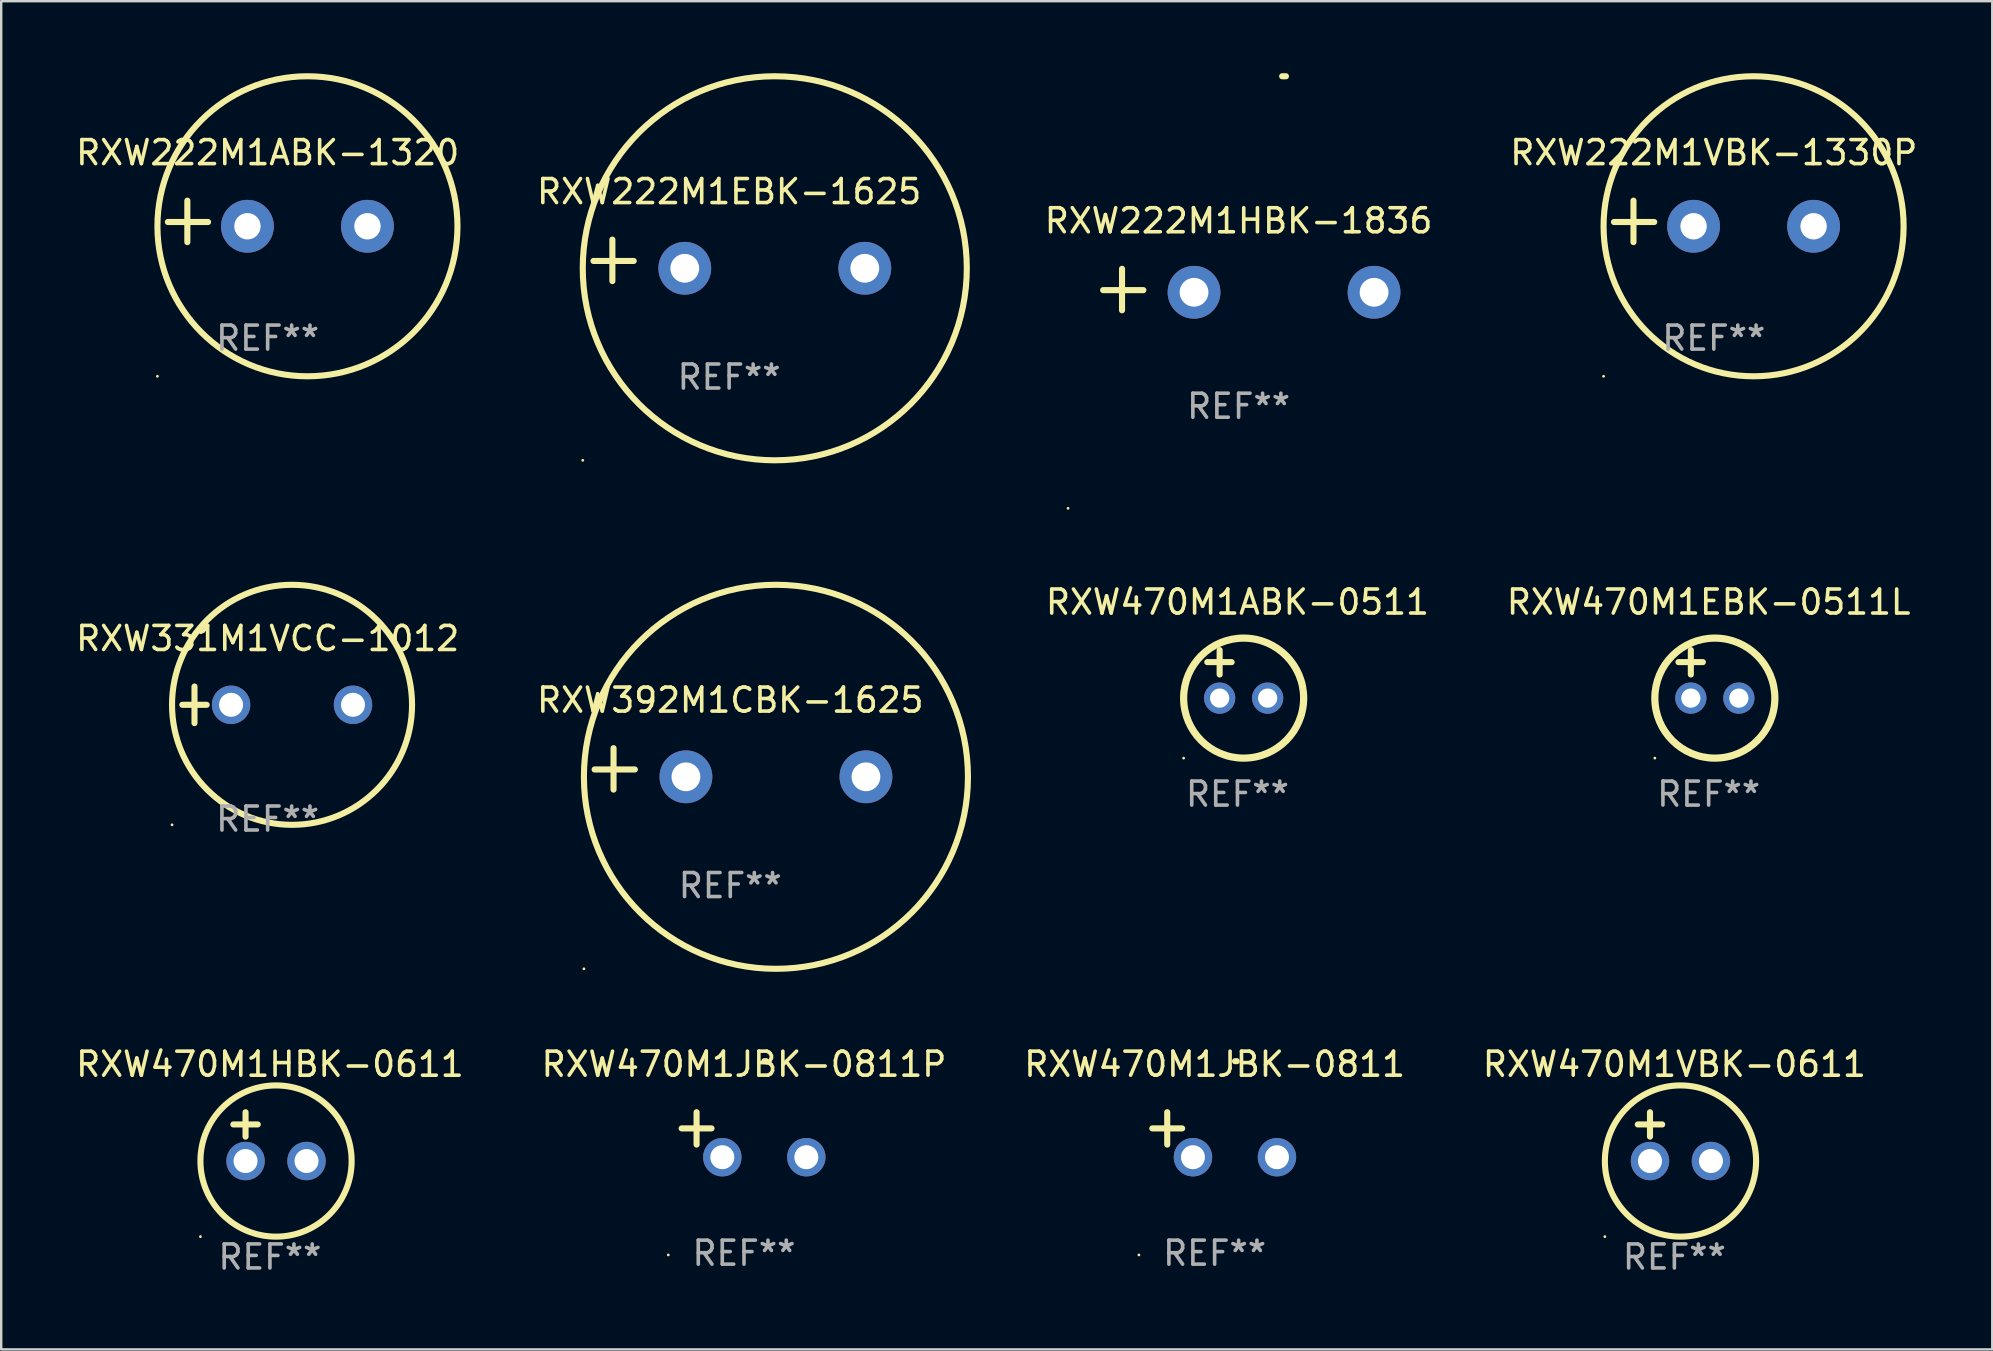
<source format=kicad_pcb>
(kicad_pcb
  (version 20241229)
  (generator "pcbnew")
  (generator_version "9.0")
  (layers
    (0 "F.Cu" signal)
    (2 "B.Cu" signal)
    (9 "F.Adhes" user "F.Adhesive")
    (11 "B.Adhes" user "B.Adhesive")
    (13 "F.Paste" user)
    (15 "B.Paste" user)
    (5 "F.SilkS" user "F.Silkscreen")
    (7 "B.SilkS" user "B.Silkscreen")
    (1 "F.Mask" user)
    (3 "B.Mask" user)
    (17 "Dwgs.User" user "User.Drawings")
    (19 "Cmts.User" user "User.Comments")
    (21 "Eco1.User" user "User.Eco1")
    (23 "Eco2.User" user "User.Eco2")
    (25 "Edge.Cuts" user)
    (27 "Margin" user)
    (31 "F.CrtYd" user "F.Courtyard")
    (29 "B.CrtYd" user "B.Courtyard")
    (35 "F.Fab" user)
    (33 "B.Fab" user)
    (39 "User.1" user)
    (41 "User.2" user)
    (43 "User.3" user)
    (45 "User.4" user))
  (footprint "RXW470M1ABK-0511"
    (layer "F.Cu")
    (at 48.505 25.035)
    (property "Reference" "RXW470M1ABK-0511" (at 0 -3 0) (layer "F.SilkS") (effects (font (size 1 1) (thickness 0.15))))
    (attr through_hole)
    (fp_line (start -1.258 -0.5) (end -0.242 -0.5) (stroke (width 0.254) (type solid)) (layer "F.SilkS"))
    (fp_line (start -0.742 -1) (end -0.742 0.016) (stroke (width 0.254) (type solid)) (layer "F.SilkS"))
    (fp_circle (center -2.242 3.5) (end -2.212 3.5) (stroke (width 0.06) (type solid)) (fill no) (layer "F.SilkS"))
    (fp_circle (center 0.258 1) (end 2.758 1) (stroke (width 0.3) (type solid)) (fill no) (layer "F.SilkS"))
    (fp_text user "REF**" (at 0 5 0) (layer "F.Fab") (effects (font (size 1 1) (thickness 0.15))))
    (pad "1" thru_hole circle (at -0.742 1) (size 1.3 1.3) (drill 0.8) (layers "*.Cu" "*.Mask"))
    (pad "2" thru_hole circle (at 1.258 1) (size 1.3 1.3) (drill 0.8) (layers "*.Cu" "*.Mask")))
  (footprint "RXW222M1HBK-1836"
    (layer "F.Cu")
    (at 48.552 9.013)
    (property "Reference" "RXW222M1HBK-1836" (at 0 -2.864 0) (layer "F.SilkS") (effects (font (size 1 1) (thickness 0.15))))
    (attr through_hole)
    (fp_line (start -4.856 0.864) (end -4.856 -0.864) (stroke (width 0.254) (type solid)) (layer "F.SilkS"))
    (fp_line (start -3.967 0.025) (end -5.644 0.025) (stroke (width 0.254) (type solid)) (layer "F.SilkS"))
    (fp_arc (start 1.815024 -8.885649) (mid 1.893764 -8.88599) (end 1.972504 -8.885649) (stroke (width 0.254001) (type solid)) (layer "F.SilkS"))
    (fp_circle (center -7.106 9.114) (end -7.076 9.114) (stroke (width 0.06) (type solid)) (fill no) (layer "F.SilkS"))
    (fp_text user "REF**" (at 0 4.864 0) (layer "F.Fab") (effects (font (size 1 1) (thickness 0.15))))
    (pad "1" thru_hole circle (at -1.856 0.114) (size 2.2 2.2) (drill 1.2) (layers "*.Cu" "*.Mask"))
    (pad "2" thru_hole circle (at 5.644 0.114) (size 2.2 2.2) (drill 1.2) (layers "*.Cu" "*.Mask")))
  (footprint "RXW470M1JBK-0811P"
    (layer "F.Cu")
    (at 27.946 44.225)
    (property "Reference" "RXW470M1JBK-0811P" (at 0 -2.937 0) (layer "F.SilkS") (effects (font (size 1 1) (thickness 0.15))))
    (attr through_hole)
    (fp_line (start -1.975 0.41) (end -1.975 -0.937) (stroke (width 0.254) (type solid)) (layer "F.SilkS"))
    (fp_line (start -1.353 -0.263) (end -2.597 -0.263) (stroke (width 0.254) (type solid)) (layer "F.SilkS"))
    (fp_arc (start 0.849809 -3.063957) (mid 0.885369 -3.064114) (end 0.920929 -3.063957) (stroke (width 0.254001) (type solid)) (layer "F.SilkS"))
    (fp_circle (center -3.154 5.008) (end -3.124 5.008) (stroke (width 0.06) (type solid)) (fill no) (layer "F.SilkS"))
    (fp_text user "REF**" (at 0 4.937 0) (layer "F.Fab") (effects (font (size 1 1) (thickness 0.15))))
    (pad "1" thru_hole circle (at -0.903 0.937) (size 1.6 1.6) (drill 1) (layers "*.Cu" "*.Mask"))
    (pad "2" thru_hole circle (at 2.597 0.937) (size 1.6 1.6) (drill 1) (layers "*.Cu" "*.Mask")))
  (footprint "RXW470M1VBK-0611"
    (layer "F.Cu")
    (at 66.708 44.305)
    (property "Reference" "RXW470M1VBK-0611" (at 0 -3.016 0) (layer "F.SilkS") (effects (font (size 1 1) (thickness 0.15))))
    (attr through_hole)
    (fp_line (start -1.524 -0.508) (end -0.508 -0.508) (stroke (width 0.254) (type solid)) (layer "F.SilkS"))
    (fp_line (start -1.016 -1.016) (end -1.016 0) (stroke (width 0.254) (type solid)) (layer "F.SilkS"))
    (fp_circle (center -2.896 4.166) (end -2.866 4.166) (stroke (width 0.06) (type solid)) (fill no) (layer "F.SilkS"))
    (fp_circle (center 0.254 1.016) (end 3.404 1.016) (stroke (width 0.254) (type solid)) (fill no) (layer "F.SilkS"))
    (fp_text user "REF**" (at 0 5.016 0) (layer "F.Fab") (effects (font (size 1 1) (thickness 0.15))))
    (pad "1" thru_hole circle (at -1.016 1.016) (size 1.6 1.6) (drill 1) (layers "*.Cu" "*.Mask"))
    (pad "2" thru_hole circle (at 1.524 1.016) (size 1.6 1.6) (drill 1) (layers "*.Cu" "*.Mask")))
  (footprint "RXW470M1EBK-0511L"
    (layer "F.Cu")
    (at 68.136 25.035)
    (property "Reference" "RXW470M1EBK-0511L" (at 0 -3 0) (layer "F.SilkS") (effects (font (size 1 1) (thickness 0.15))))
    (attr through_hole)
    (fp_line (start -1.258 -0.5) (end -0.242 -0.5) (stroke (width 0.254) (type solid)) (layer "F.SilkS"))
    (fp_line (start -0.742 -1) (end -0.742 0.016) (stroke (width 0.254) (type solid)) (layer "F.SilkS"))
    (fp_circle (center -2.242 3.5) (end -2.212 3.5) (stroke (width 0.06) (type solid)) (fill no) (layer "F.SilkS"))
    (fp_circle (center 0.258 1) (end 2.758 1) (stroke (width 0.3) (type solid)) (fill no) (layer "F.SilkS"))
    (fp_text user "REF**" (at 0 5 0) (layer "F.Fab") (effects (font (size 1 1) (thickness 0.15))))
    (pad "1" thru_hole circle (at -0.742 1) (size 1.3 1.3) (drill 0.8) (layers "*.Cu" "*.Mask"))
    (pad "2" thru_hole circle (at 1.258 1) (size 1.3 1.3) (drill 0.8) (layers "*.Cu" "*.Mask")))
  (footprint "RXW392M1CBK-1625"
    (layer "F.Cu")
    (at 27.375 28.983)
    (property "Reference" "RXW392M1CBK-1625" (at 0 -2.864 0) (layer "F.SilkS") (effects (font (size 1 1) (thickness 0.15))))
    (attr through_hole)
    (fp_line (start -4.864 0.864) (end -4.864 -0.864) (stroke (width 0.254) (type solid)) (layer "F.SilkS"))
    (fp_line (start -3.975 0.025) (end -5.652 0.025) (stroke (width 0.254) (type solid)) (layer "F.SilkS"))
    (fp_circle (center -6.098 8.33) (end -6.068 8.33) (stroke (width 0.06) (type solid)) (fill no) (layer "F.SilkS"))
    (fp_circle (center 1.902 0.33) (end 9.902 0.33) (stroke (width 0.254) (type solid)) (fill no) (layer "F.SilkS"))
    (fp_text user "REF**" (at 0 4.864 0) (layer "F.Fab") (effects (font (size 1 1) (thickness 0.15))))
    (pad "1" thru_hole circle (at -1.848 0.33) (size 2.2 2.2) (drill 1.2) (layers "*.Cu" "*.Mask"))
    (pad "2" thru_hole circle (at 5.652 0.33) (size 2.2 2.2) (drill 1.2) (layers "*.Cu" "*.Mask")))
  (footprint "RXW222M1ABK-1320"
    (layer "F.Cu")
    (at 8.101 6.174)
    (property "Reference" "RXW222M1ABK-1320" (at 0 -2.864 0) (layer "F.SilkS") (effects (font (size 1 1) (thickness 0.15))))
    (attr through_hole)
    (fp_line (start -3.346 0.864) (end -3.346 -0.864) (stroke (width 0.254) (type solid)) (layer "F.SilkS"))
    (fp_line (start -2.482 0.025) (end -4.158 0.025) (stroke (width 0.254) (type solid)) (layer "F.SilkS"))
    (fp_circle (center -4.592 6.453) (end -4.562 6.453) (stroke (width 0.06) (type solid)) (fill no) (layer "F.SilkS"))
    (fp_circle (center 1.658 0.203) (end 7.908 0.203) (stroke (width 0.254) (type solid)) (fill no) (layer "F.SilkS"))
    (fp_text user "REF**" (at 0 4.864 0) (layer "F.Fab") (effects (font (size 1 1) (thickness 0.15))))
    (pad "1" thru_hole circle (at -0.842 0.203) (size 2.2 2.2) (drill 1.1) (layers "*.Cu" "*.Mask"))
    (pad "2" thru_hole circle (at 4.158 0.203) (size 2.2 2.2) (drill 1.1) (layers "*.Cu" "*.Mask")))
  (footprint "RXW222M1EBK-1625"
    (layer "F.Cu")
    (at 27.327 7.797)
    (property "Reference" "RXW222M1EBK-1625" (at 0 -2.864 0) (layer "F.SilkS") (effects (font (size 1 1) (thickness 0.15))))
    (attr through_hole)
    (fp_line (start -4.864 0.864) (end -4.864 -0.864) (stroke (width 0.254) (type solid)) (layer "F.SilkS"))
    (fp_line (start -3.975 0.025) (end -5.652 0.025) (stroke (width 0.254) (type solid)) (layer "F.SilkS"))
    (fp_circle (center -6.098 8.33) (end -6.068 8.33) (stroke (width 0.06) (type solid)) (fill no) (layer "F.SilkS"))
    (fp_circle (center 1.902 0.33) (end 9.902 0.33) (stroke (width 0.254) (type solid)) (fill no) (layer "F.SilkS"))
    (fp_text user "REF**" (at 0 4.864 0) (layer "F.Fab") (effects (font (size 1 1) (thickness 0.15))))
    (pad "1" thru_hole circle (at -1.848 0.33) (size 2.2 2.2) (drill 1.2) (layers "*.Cu" "*.Mask"))
    (pad "2" thru_hole circle (at 5.652 0.33) (size 2.2 2.2) (drill 1.2) (layers "*.Cu" "*.Mask")))
  (footprint "RXW470M1JBK-0811"
    (layer "F.Cu")
    (at 47.554 44.225)
    (property "Reference" "RXW470M1JBK-0811" (at 0 -2.937 0) (layer "F.SilkS") (effects (font (size 1 1) (thickness 0.15))))
    (attr through_hole)
    (fp_line (start -1.975 0.41) (end -1.975 -0.937) (stroke (width 0.254) (type solid)) (layer "F.SilkS"))
    (fp_line (start -1.353 -0.263) (end -2.597 -0.263) (stroke (width 0.254) (type solid)) (layer "F.SilkS"))
    (fp_arc (start 0.849809 -3.063957) (mid 0.885369 -3.064114) (end 0.920929 -3.063957) (stroke (width 0.254001) (type solid)) (layer "F.SilkS"))
    (fp_circle (center -3.154 5.008) (end -3.124 5.008) (stroke (width 0.06) (type solid)) (fill no) (layer "F.SilkS"))
    (fp_text user "REF**" (at 0 4.937 0) (layer "F.Fab") (effects (font (size 1 1) (thickness 0.15))))
    (pad "1" thru_hole circle (at -0.903 0.937) (size 1.6 1.6) (drill 1) (layers "*.Cu" "*.Mask"))
    (pad "2" thru_hole circle (at 2.597 0.937) (size 1.6 1.6) (drill 1) (layers "*.Cu" "*.Mask")))
  (footprint "RXW222M1VBK-1330P"
    (layer "F.Cu")
    (at 68.35 6.174)
    (property "Reference" "RXW222M1VBK-1330P" (at 0 -2.864 0) (layer "F.SilkS") (effects (font (size 1 1) (thickness 0.15))))
    (attr through_hole)
    (fp_line (start -3.346 0.864) (end -3.346 -0.864) (stroke (width 0.254) (type solid)) (layer "F.SilkS"))
    (fp_line (start -2.482 0.025) (end -4.158 0.025) (stroke (width 0.254) (type solid)) (layer "F.SilkS"))
    (fp_circle (center -4.592 6.453) (end -4.562 6.453) (stroke (width 0.06) (type solid)) (fill no) (layer "F.SilkS"))
    (fp_circle (center 1.658 0.203) (end 7.908 0.203) (stroke (width 0.254) (type solid)) (fill no) (layer "F.SilkS"))
    (fp_text user "REF**" (at 0 4.864 0) (layer "F.Fab") (effects (font (size 1 1) (thickness 0.15))))
    (pad "1" thru_hole circle (at -0.842 0.203) (size 2.2 2.2) (drill 1.1) (layers "*.Cu" "*.Mask"))
    (pad "2" thru_hole circle (at 4.158 0.203) (size 2.2 2.2) (drill 1.1) (layers "*.Cu" "*.Mask")))
  (footprint "RXW470M1HBK-0611"
    (layer "F.Cu")
    (at 8.196 44.305)
    (property "Reference" "RXW470M1HBK-0611" (at 0 -3.016 0) (layer "F.SilkS") (effects (font (size 1 1) (thickness 0.15))))
    (attr through_hole)
    (fp_line (start -1.524 -0.508) (end -0.508 -0.508) (stroke (width 0.254) (type solid)) (layer "F.SilkS"))
    (fp_line (start -1.016 -1.016) (end -1.016 0) (stroke (width 0.254) (type solid)) (layer "F.SilkS"))
    (fp_circle (center -2.896 4.166) (end -2.866 4.166) (stroke (width 0.06) (type solid)) (fill no) (layer "F.SilkS"))
    (fp_circle (center 0.254 1.016) (end 3.404 1.016) (stroke (width 0.254) (type solid)) (fill no) (layer "F.SilkS"))
    (fp_text user "REF**" (at 0 5.016 0) (layer "F.Fab") (effects (font (size 1 1) (thickness 0.15))))
    (pad "1" thru_hole circle (at -1.016 1.016) (size 1.6 1.6) (drill 1) (layers "*.Cu" "*.Mask"))
    (pad "2" thru_hole circle (at 1.524 1.016) (size 1.6 1.6) (drill 1) (layers "*.Cu" "*.Mask")))
  (footprint "RXW331M1VCC-1012"
    (layer "F.Cu")
    (at 8.101 26.314)
    (property "Reference" "RXW331M1VCC-1012" (at 0 -2.762 0) (layer "F.SilkS") (effects (font (size 1 1) (thickness 0.15))))
    (attr through_hole)
    (fp_line (start -3.556 0) (end -2.54 0) (stroke (width 0.254) (type solid)) (layer "F.SilkS"))
    (fp_line (start -3.048 -0.762) (end -3.048 0.762) (stroke (width 0.254) (type solid)) (layer "F.SilkS"))
    (fp_circle (center -3.984 5) (end -3.954 5) (stroke (width 0.06) (type solid)) (fill no) (layer "F.SilkS"))
    (fp_circle (center 1.016 0) (end 6.016 0) (stroke (width 0.254) (type solid)) (fill no) (layer "F.SilkS"))
    (fp_text user "REF**" (at 0 4.762 0) (layer "F.Fab") (effects (font (size 1 1) (thickness 0.15))))
    (pad "1" thru_hole circle (at -1.524 0) (size 1.6 1.6) (drill 1) (layers "*.Cu" "*.Mask"))
    (pad "2" thru_hole circle (at 3.556 0) (size 1.6 1.6) (drill 1) (layers "*.Cu" "*.Mask")))
  (gr_rect
    (start -3 -3)
    (end 79.951 53.169)
    (stroke (width 0.1) (type default))
    (fill no)
    (layer "Edge.Cuts")))
</source>
